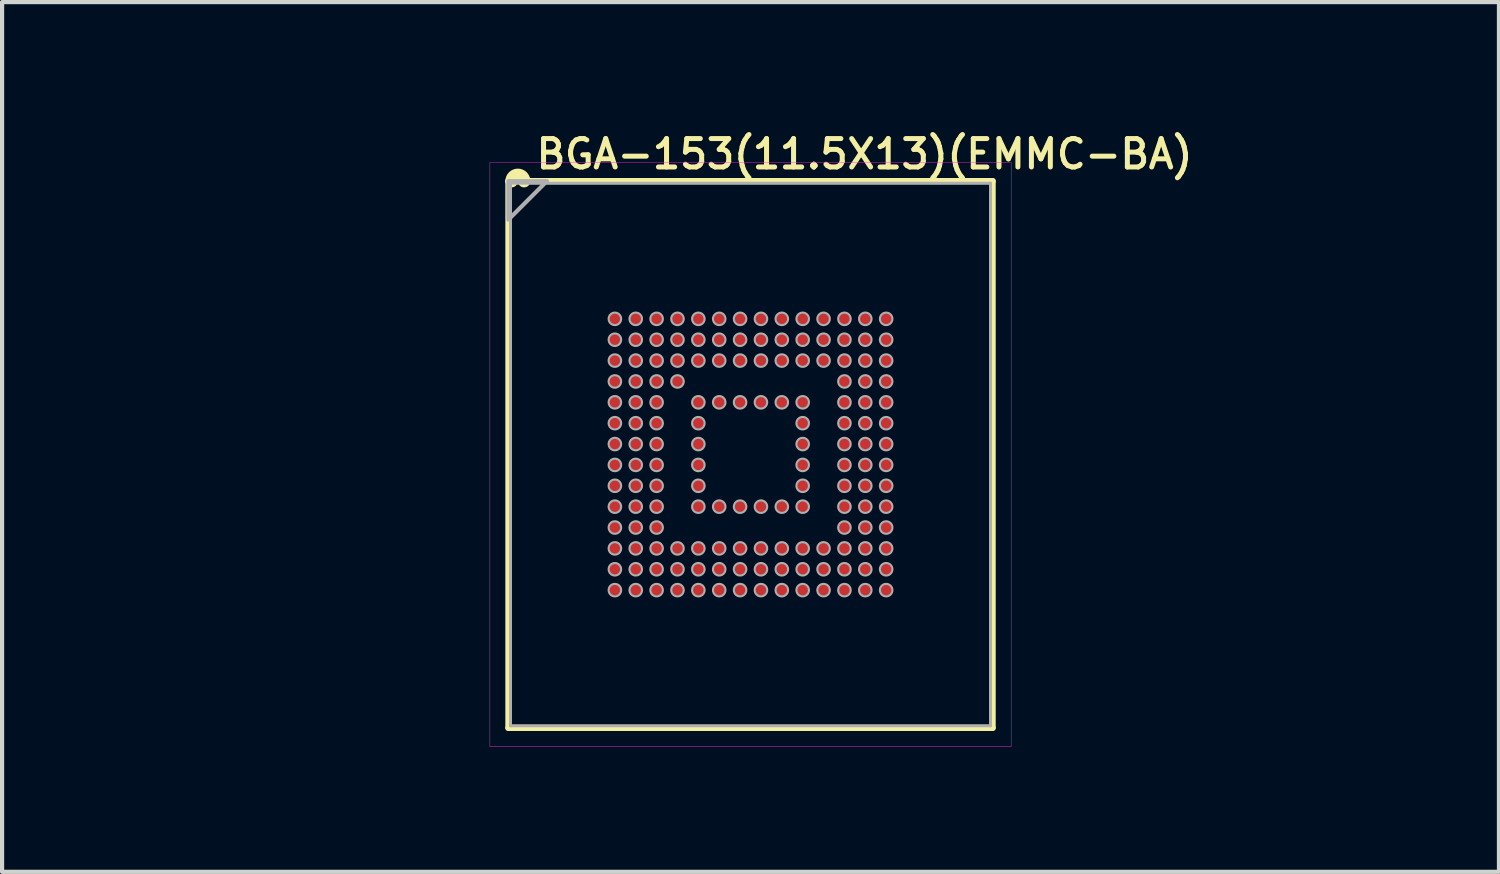
<source format=kicad_pcb>
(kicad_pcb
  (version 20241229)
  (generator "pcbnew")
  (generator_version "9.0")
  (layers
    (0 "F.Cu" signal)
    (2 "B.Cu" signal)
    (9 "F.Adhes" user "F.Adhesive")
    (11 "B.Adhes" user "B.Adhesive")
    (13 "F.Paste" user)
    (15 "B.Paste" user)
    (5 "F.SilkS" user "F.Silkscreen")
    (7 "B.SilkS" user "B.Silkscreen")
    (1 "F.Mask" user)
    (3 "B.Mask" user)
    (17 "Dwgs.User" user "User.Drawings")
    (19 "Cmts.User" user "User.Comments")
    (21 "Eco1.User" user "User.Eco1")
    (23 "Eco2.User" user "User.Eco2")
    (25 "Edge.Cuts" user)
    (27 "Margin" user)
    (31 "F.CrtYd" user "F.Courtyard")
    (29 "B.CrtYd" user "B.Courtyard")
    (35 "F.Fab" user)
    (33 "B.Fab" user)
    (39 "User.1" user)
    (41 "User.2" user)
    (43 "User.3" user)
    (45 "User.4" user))
  (footprint "BGA-153(11.5X13)(EMMC-BA)"
    (layer "F.Cu")
    (at 14.933 7.84)
    (property "Reference" "BGA-153(11.5X13)(EMMC-BA)" (at -5.2 -6.8 0) (unlocked yes) (layer "F.SilkS") (effects (font (size 0.68 0.68) (thickness 0.12)) (justify left bottom)))
    (fp_line (start -5.75 -6.5) (end 5.75 -6.5) (stroke (width 0.07) (type solid)) (layer "F.Mask"))
    (fp_line (start -5.75 6.5) (end -5.75 -6.5) (stroke (width 0.07) (type solid)) (layer "F.Mask"))
    (fp_line (start -5.1 -5.8) (end -4.9 -5.6) (stroke (width 0.1) (type solid)) (layer "F.Mask"))
    (fp_line (start -4.9 -5.6) (end -4.7 -5.8) (stroke (width 0.1) (type solid)) (layer "F.Mask"))
    (fp_line (start -4.7 -5.8) (end -5.1 -5.8) (stroke (width 0.1) (type solid)) (layer "F.Mask"))
    (fp_line (start 5.75 -6.5) (end 5.75 6.5) (stroke (width 0.07) (type solid)) (layer "F.Mask"))
    (fp_line (start 5.75 6.5) (end -5.75 6.5) (stroke (width 0.07) (type solid)) (layer "F.Mask"))
    (fp_circle (center -3.25 -3.25) (end -3.148 -3.25) (stroke (width 0.203) (type solid)) (fill no) (layer "F.Mask"))
    (fp_circle (center -3.25 -2.75) (end -3.148 -2.75) (stroke (width 0.203) (type solid)) (fill no) (layer "F.Mask"))
    (fp_circle (center -3.25 -2.25) (end -3.148 -2.25) (stroke (width 0.203) (type solid)) (fill no) (layer "F.Mask"))
    (fp_circle (center -3.25 -1.75) (end -3.148 -1.75) (stroke (width 0.203) (type solid)) (fill no) (layer "F.Mask"))
    (fp_circle (center -3.25 -1.25) (end -3.148 -1.25) (stroke (width 0.203) (type solid)) (fill no) (layer "F.Mask"))
    (fp_circle (center -3.25 -0.75) (end -3.148 -0.75) (stroke (width 0.203) (type solid)) (fill no) (layer "F.Mask"))
    (fp_circle (center -3.25 -0.25) (end -3.148 -0.25) (stroke (width 0.203) (type solid)) (fill no) (layer "F.Mask"))
    (fp_circle (center -3.25 0.25) (end -3.148 0.25) (stroke (width 0.203) (type solid)) (fill no) (layer "F.Mask"))
    (fp_circle (center -3.25 0.75) (end -3.148 0.75) (stroke (width 0.203) (type solid)) (fill no) (layer "F.Mask"))
    (fp_circle (center -3.25 1.25) (end -3.148 1.25) (stroke (width 0.203) (type solid)) (fill no) (layer "F.Mask"))
    (fp_circle (center -3.25 1.75) (end -3.148 1.75) (stroke (width 0.203) (type solid)) (fill no) (layer "F.Mask"))
    (fp_circle (center -3.25 2.25) (end -3.148 2.25) (stroke (width 0.203) (type solid)) (fill no) (layer "F.Mask"))
    (fp_circle (center -3.25 2.75) (end -3.148 2.75) (stroke (width 0.203) (type solid)) (fill no) (layer "F.Mask"))
    (fp_circle (center -3.25 3.25) (end -3.148 3.25) (stroke (width 0.203) (type solid)) (fill no) (layer "F.Mask"))
    (fp_circle (center -2.75 -3.25) (end -2.648 -3.25) (stroke (width 0.203) (type solid)) (fill no) (layer "F.Mask"))
    (fp_circle (center -2.75 -2.75) (end -2.648 -2.75) (stroke (width 0.203) (type solid)) (fill no) (layer "F.Mask"))
    (fp_circle (center -2.75 -2.25) (end -2.648 -2.25) (stroke (width 0.203) (type solid)) (fill no) (layer "F.Mask"))
    (fp_circle (center -2.75 -1.75) (end -2.648 -1.75) (stroke (width 0.203) (type solid)) (fill no) (layer "F.Mask"))
    (fp_circle (center -2.75 -1.25) (end -2.648 -1.25) (stroke (width 0.203) (type solid)) (fill no) (layer "F.Mask"))
    (fp_circle (center -2.75 -0.75) (end -2.648 -0.75) (stroke (width 0.203) (type solid)) (fill no) (layer "F.Mask"))
    (fp_circle (center -2.75 -0.25) (end -2.648 -0.25) (stroke (width 0.203) (type solid)) (fill no) (layer "F.Mask"))
    (fp_circle (center -2.75 0.25) (end -2.648 0.25) (stroke (width 0.203) (type solid)) (fill no) (layer "F.Mask"))
    (fp_circle (center -2.75 0.75) (end -2.648 0.75) (stroke (width 0.203) (type solid)) (fill no) (layer "F.Mask"))
    (fp_circle (center -2.75 1.25) (end -2.648 1.25) (stroke (width 0.203) (type solid)) (fill no) (layer "F.Mask"))
    (fp_circle (center -2.75 1.75) (end -2.648 1.75) (stroke (width 0.203) (type solid)) (fill no) (layer "F.Mask"))
    (fp_circle (center -2.75 2.25) (end -2.648 2.25) (stroke (width 0.203) (type solid)) (fill no) (layer "F.Mask"))
    (fp_circle (center -2.75 2.75) (end -2.648 2.75) (stroke (width 0.203) (type solid)) (fill no) (layer "F.Mask"))
    (fp_circle (center -2.75 3.25) (end -2.648 3.25) (stroke (width 0.203) (type solid)) (fill no) (layer "F.Mask"))
    (fp_circle (center -2.25 -3.25) (end -2.148 -3.25) (stroke (width 0.203) (type solid)) (fill no) (layer "F.Mask"))
    (fp_circle (center -2.25 -2.75) (end -2.148 -2.75) (stroke (width 0.203) (type solid)) (fill no) (layer "F.Mask"))
    (fp_circle (center -2.25 -2.25) (end -2.148 -2.25) (stroke (width 0.203) (type solid)) (fill no) (layer "F.Mask"))
    (fp_circle (center -2.25 -1.75) (end -2.148 -1.75) (stroke (width 0.203) (type solid)) (fill no) (layer "F.Mask"))
    (fp_circle (center -2.25 -1.25) (end -2.148 -1.25) (stroke (width 0.203) (type solid)) (fill no) (layer "F.Mask"))
    (fp_circle (center -2.25 -0.75) (end -2.148 -0.75) (stroke (width 0.203) (type solid)) (fill no) (layer "F.Mask"))
    (fp_circle (center -2.25 -0.25) (end -2.148 -0.25) (stroke (width 0.203) (type solid)) (fill no) (layer "F.Mask"))
    (fp_circle (center -2.25 0.25) (end -2.148 0.25) (stroke (width 0.203) (type solid)) (fill no) (layer "F.Mask"))
    (fp_circle (center -2.25 0.75) (end -2.148 0.75) (stroke (width 0.203) (type solid)) (fill no) (layer "F.Mask"))
    (fp_circle (center -2.25 1.25) (end -2.148 1.25) (stroke (width 0.203) (type solid)) (fill no) (layer "F.Mask"))
    (fp_circle (center -2.25 1.75) (end -2.148 1.75) (stroke (width 0.203) (type solid)) (fill no) (layer "F.Mask"))
    (fp_circle (center -2.25 2.25) (end -2.148 2.25) (stroke (width 0.203) (type solid)) (fill no) (layer "F.Mask"))
    (fp_circle (center -2.25 2.75) (end -2.148 2.75) (stroke (width 0.203) (type solid)) (fill no) (layer "F.Mask"))
    (fp_circle (center -2.25 3.25) (end -2.148 3.25) (stroke (width 0.203) (type solid)) (fill no) (layer "F.Mask"))
    (fp_circle (center -1.75 -3.25) (end -1.648 -3.25) (stroke (width 0.203) (type solid)) (fill no) (layer "F.Mask"))
    (fp_circle (center -1.75 -2.75) (end -1.648 -2.75) (stroke (width 0.203) (type solid)) (fill no) (layer "F.Mask"))
    (fp_circle (center -1.75 -2.25) (end -1.648 -2.25) (stroke (width 0.203) (type solid)) (fill no) (layer "F.Mask"))
    (fp_circle (center -1.75 -1.75) (end -1.648 -1.75) (stroke (width 0.203) (type solid)) (fill no) (layer "F.Mask"))
    (fp_circle (center -1.75 2.25) (end -1.648 2.25) (stroke (width 0.203) (type solid)) (fill no) (layer "F.Mask"))
    (fp_circle (center -1.75 2.75) (end -1.648 2.75) (stroke (width 0.203) (type solid)) (fill no) (layer "F.Mask"))
    (fp_circle (center -1.75 3.25) (end -1.648 3.25) (stroke (width 0.203) (type solid)) (fill no) (layer "F.Mask"))
    (fp_circle (center -1.25 -3.25) (end -1.148 -3.25) (stroke (width 0.203) (type solid)) (fill no) (layer "F.Mask"))
    (fp_circle (center -1.25 -2.75) (end -1.148 -2.75) (stroke (width 0.203) (type solid)) (fill no) (layer "F.Mask"))
    (fp_circle (center -1.25 -2.25) (end -1.148 -2.25) (stroke (width 0.203) (type solid)) (fill no) (layer "F.Mask"))
    (fp_circle (center -1.25 -1.25) (end -1.148 -1.25) (stroke (width 0.203) (type solid)) (fill no) (layer "F.Mask"))
    (fp_circle (center -1.25 -0.75) (end -1.148 -0.75) (stroke (width 0.203) (type solid)) (fill no) (layer "F.Mask"))
    (fp_circle (center -1.25 -0.25) (end -1.148 -0.25) (stroke (width 0.203) (type solid)) (fill no) (layer "F.Mask"))
    (fp_circle (center -1.25 0.25) (end -1.148 0.25) (stroke (width 0.203) (type solid)) (fill no) (layer "F.Mask"))
    (fp_circle (center -1.25 0.75) (end -1.148 0.75) (stroke (width 0.203) (type solid)) (fill no) (layer "F.Mask"))
    (fp_circle (center -1.25 1.25) (end -1.148 1.25) (stroke (width 0.203) (type solid)) (fill no) (layer "F.Mask"))
    (fp_circle (center -1.25 2.25) (end -1.148 2.25) (stroke (width 0.203) (type solid)) (fill no) (layer "F.Mask"))
    (fp_circle (center -1.25 2.75) (end -1.148 2.75) (stroke (width 0.203) (type solid)) (fill no) (layer "F.Mask"))
    (fp_circle (center -1.25 3.25) (end -1.148 3.25) (stroke (width 0.203) (type solid)) (fill no) (layer "F.Mask"))
    (fp_circle (center -0.75 -3.25) (end -0.648 -3.25) (stroke (width 0.203) (type solid)) (fill no) (layer "F.Mask"))
    (fp_circle (center -0.75 -2.75) (end -0.648 -2.75) (stroke (width 0.203) (type solid)) (fill no) (layer "F.Mask"))
    (fp_circle (center -0.75 -2.25) (end -0.648 -2.25) (stroke (width 0.203) (type solid)) (fill no) (layer "F.Mask"))
    (fp_circle (center -0.75 -1.25) (end -0.648 -1.25) (stroke (width 0.203) (type solid)) (fill no) (layer "F.Mask"))
    (fp_circle (center -0.75 1.25) (end -0.648 1.25) (stroke (width 0.203) (type solid)) (fill no) (layer "F.Mask"))
    (fp_circle (center -0.75 2.25) (end -0.648 2.25) (stroke (width 0.203) (type solid)) (fill no) (layer "F.Mask"))
    (fp_circle (center -0.75 2.75) (end -0.648 2.75) (stroke (width 0.203) (type solid)) (fill no) (layer "F.Mask"))
    (fp_circle (center -0.75 3.25) (end -0.648 3.25) (stroke (width 0.203) (type solid)) (fill no) (layer "F.Mask"))
    (fp_circle (center -0.25 -3.25) (end -0.148 -3.25) (stroke (width 0.203) (type solid)) (fill no) (layer "F.Mask"))
    (fp_circle (center -0.25 -2.75) (end -0.148 -2.75) (stroke (width 0.203) (type solid)) (fill no) (layer "F.Mask"))
    (fp_circle (center -0.25 -2.25) (end -0.148 -2.25) (stroke (width 0.203) (type solid)) (fill no) (layer "F.Mask"))
    (fp_circle (center -0.25 -1.25) (end -0.148 -1.25) (stroke (width 0.203) (type solid)) (fill no) (layer "F.Mask"))
    (fp_circle (center -0.25 1.25) (end -0.148 1.25) (stroke (width 0.203) (type solid)) (fill no) (layer "F.Mask"))
    (fp_circle (center -0.25 2.25) (end -0.148 2.25) (stroke (width 0.203) (type solid)) (fill no) (layer "F.Mask"))
    (fp_circle (center -0.25 2.75) (end -0.148 2.75) (stroke (width 0.203) (type solid)) (fill no) (layer "F.Mask"))
    (fp_circle (center -0.25 3.25) (end -0.148 3.25) (stroke (width 0.203) (type solid)) (fill no) (layer "F.Mask"))
    (fp_circle (center 0.25 -3.25) (end 0.352 -3.25) (stroke (width 0.203) (type solid)) (fill no) (layer "F.Mask"))
    (fp_circle (center 0.25 -2.75) (end 0.352 -2.75) (stroke (width 0.203) (type solid)) (fill no) (layer "F.Mask"))
    (fp_circle (center 0.25 -2.25) (end 0.352 -2.25) (stroke (width 0.203) (type solid)) (fill no) (layer "F.Mask"))
    (fp_circle (center 0.25 -1.25) (end 0.352 -1.25) (stroke (width 0.203) (type solid)) (fill no) (layer "F.Mask"))
    (fp_circle (center 0.25 1.25) (end 0.352 1.25) (stroke (width 0.203) (type solid)) (fill no) (layer "F.Mask"))
    (fp_circle (center 0.25 2.25) (end 0.352 2.25) (stroke (width 0.203) (type solid)) (fill no) (layer "F.Mask"))
    (fp_circle (center 0.25 2.75) (end 0.352 2.75) (stroke (width 0.203) (type solid)) (fill no) (layer "F.Mask"))
    (fp_circle (center 0.25 3.25) (end 0.352 3.25) (stroke (width 0.203) (type solid)) (fill no) (layer "F.Mask"))
    (fp_circle (center 0.75 -3.25) (end 0.852 -3.25) (stroke (width 0.203) (type solid)) (fill no) (layer "F.Mask"))
    (fp_circle (center 0.75 -2.75) (end 0.852 -2.75) (stroke (width 0.203) (type solid)) (fill no) (layer "F.Mask"))
    (fp_circle (center 0.75 -2.25) (end 0.852 -2.25) (stroke (width 0.203) (type solid)) (fill no) (layer "F.Mask"))
    (fp_circle (center 0.75 -1.25) (end 0.852 -1.25) (stroke (width 0.203) (type solid)) (fill no) (layer "F.Mask"))
    (fp_circle (center 0.75 1.25) (end 0.852 1.25) (stroke (width 0.203) (type solid)) (fill no) (layer "F.Mask"))
    (fp_circle (center 0.75 2.25) (end 0.852 2.25) (stroke (width 0.203) (type solid)) (fill no) (layer "F.Mask"))
    (fp_circle (center 0.75 2.75) (end 0.852 2.75) (stroke (width 0.203) (type solid)) (fill no) (layer "F.Mask"))
    (fp_circle (center 0.75 3.25) (end 0.852 3.25) (stroke (width 0.203) (type solid)) (fill no) (layer "F.Mask"))
    (fp_circle (center 1.25 -3.25) (end 1.352 -3.25) (stroke (width 0.203) (type solid)) (fill no) (layer "F.Mask"))
    (fp_circle (center 1.25 -2.75) (end 1.352 -2.75) (stroke (width 0.203) (type solid)) (fill no) (layer "F.Mask"))
    (fp_circle (center 1.25 -2.25) (end 1.352 -2.25) (stroke (width 0.203) (type solid)) (fill no) (layer "F.Mask"))
    (fp_circle (center 1.25 -1.25) (end 1.352 -1.25) (stroke (width 0.203) (type solid)) (fill no) (layer "F.Mask"))
    (fp_circle (center 1.25 -0.75) (end 1.352 -0.75) (stroke (width 0.203) (type solid)) (fill no) (layer "F.Mask"))
    (fp_circle (center 1.25 -0.25) (end 1.352 -0.25) (stroke (width 0.203) (type solid)) (fill no) (layer "F.Mask"))
    (fp_circle (center 1.25 0.25) (end 1.352 0.25) (stroke (width 0.203) (type solid)) (fill no) (layer "F.Mask"))
    (fp_circle (center 1.25 0.75) (end 1.352 0.75) (stroke (width 0.203) (type solid)) (fill no) (layer "F.Mask"))
    (fp_circle (center 1.25 1.25) (end 1.352 1.25) (stroke (width 0.203) (type solid)) (fill no) (layer "F.Mask"))
    (fp_circle (center 1.25 2.25) (end 1.352 2.25) (stroke (width 0.203) (type solid)) (fill no) (layer "F.Mask"))
    (fp_circle (center 1.25 2.75) (end 1.352 2.75) (stroke (width 0.203) (type solid)) (fill no) (layer "F.Mask"))
    (fp_circle (center 1.25 3.25) (end 1.352 3.25) (stroke (width 0.203) (type solid)) (fill no) (layer "F.Mask"))
    (fp_circle (center 1.75 -3.25) (end 1.852 -3.25) (stroke (width 0.203) (type solid)) (fill no) (layer "F.Mask"))
    (fp_circle (center 1.75 -2.75) (end 1.852 -2.75) (stroke (width 0.203) (type solid)) (fill no) (layer "F.Mask"))
    (fp_circle (center 1.75 -2.25) (end 1.852 -2.25) (stroke (width 0.203) (type solid)) (fill no) (layer "F.Mask"))
    (fp_circle (center 1.75 2.25) (end 1.852 2.25) (stroke (width 0.203) (type solid)) (fill no) (layer "F.Mask"))
    (fp_circle (center 1.75 2.75) (end 1.852 2.75) (stroke (width 0.203) (type solid)) (fill no) (layer "F.Mask"))
    (fp_circle (center 1.75 3.25) (end 1.852 3.25) (stroke (width 0.203) (type solid)) (fill no) (layer "F.Mask"))
    (fp_circle (center 2.25 -3.25) (end 2.352 -3.25) (stroke (width 0.203) (type solid)) (fill no) (layer "F.Mask"))
    (fp_circle (center 2.25 -2.75) (end 2.352 -2.75) (stroke (width 0.203) (type solid)) (fill no) (layer "F.Mask"))
    (fp_circle (center 2.25 -2.25) (end 2.352 -2.25) (stroke (width 0.203) (type solid)) (fill no) (layer "F.Mask"))
    (fp_circle (center 2.25 -1.75) (end 2.352 -1.75) (stroke (width 0.203) (type solid)) (fill no) (layer "F.Mask"))
    (fp_circle (center 2.25 -1.25) (end 2.352 -1.25) (stroke (width 0.203) (type solid)) (fill no) (layer "F.Mask"))
    (fp_circle (center 2.25 -0.75) (end 2.352 -0.75) (stroke (width 0.203) (type solid)) (fill no) (layer "F.Mask"))
    (fp_circle (center 2.25 -0.25) (end 2.352 -0.25) (stroke (width 0.203) (type solid)) (fill no) (layer "F.Mask"))
    (fp_circle (center 2.25 0.25) (end 2.352 0.25) (stroke (width 0.203) (type solid)) (fill no) (layer "F.Mask"))
    (fp_circle (center 2.25 0.75) (end 2.352 0.75) (stroke (width 0.203) (type solid)) (fill no) (layer "F.Mask"))
    (fp_circle (center 2.25 1.25) (end 2.352 1.25) (stroke (width 0.203) (type solid)) (fill no) (layer "F.Mask"))
    (fp_circle (center 2.25 1.75) (end 2.352 1.75) (stroke (width 0.203) (type solid)) (fill no) (layer "F.Mask"))
    (fp_circle (center 2.25 2.25) (end 2.352 2.25) (stroke (width 0.203) (type solid)) (fill no) (layer "F.Mask"))
    (fp_circle (center 2.25 2.75) (end 2.352 2.75) (stroke (width 0.203) (type solid)) (fill no) (layer "F.Mask"))
    (fp_circle (center 2.25 3.25) (end 2.352 3.25) (stroke (width 0.203) (type solid)) (fill no) (layer "F.Mask"))
    (fp_circle (center 2.75 -3.25) (end 2.852 -3.25) (stroke (width 0.203) (type solid)) (fill no) (layer "F.Mask"))
    (fp_circle (center 2.75 -2.75) (end 2.852 -2.75) (stroke (width 0.203) (type solid)) (fill no) (layer "F.Mask"))
    (fp_circle (center 2.75 -2.25) (end 2.852 -2.25) (stroke (width 0.203) (type solid)) (fill no) (layer "F.Mask"))
    (fp_circle (center 2.75 -1.75) (end 2.852 -1.75) (stroke (width 0.203) (type solid)) (fill no) (layer "F.Mask"))
    (fp_circle (center 2.75 -1.25) (end 2.852 -1.25) (stroke (width 0.203) (type solid)) (fill no) (layer "F.Mask"))
    (fp_circle (center 2.75 -0.75) (end 2.852 -0.75) (stroke (width 0.203) (type solid)) (fill no) (layer "F.Mask"))
    (fp_circle (center 2.75 -0.25) (end 2.852 -0.25) (stroke (width 0.203) (type solid)) (fill no) (layer "F.Mask"))
    (fp_circle (center 2.75 0.25) (end 2.852 0.25) (stroke (width 0.203) (type solid)) (fill no) (layer "F.Mask"))
    (fp_circle (center 2.75 0.75) (end 2.852 0.75) (stroke (width 0.203) (type solid)) (fill no) (layer "F.Mask"))
    (fp_circle (center 2.75 1.25) (end 2.852 1.25) (stroke (width 0.203) (type solid)) (fill no) (layer "F.Mask"))
    (fp_circle (center 2.75 1.75) (end 2.852 1.75) (stroke (width 0.203) (type solid)) (fill no) (layer "F.Mask"))
    (fp_circle (center 2.75 2.25) (end 2.852 2.25) (stroke (width 0.203) (type solid)) (fill no) (layer "F.Mask"))
    (fp_circle (center 2.75 2.75) (end 2.852 2.75) (stroke (width 0.203) (type solid)) (fill no) (layer "F.Mask"))
    (fp_circle (center 2.75 3.25) (end 2.852 3.25) (stroke (width 0.203) (type solid)) (fill no) (layer "F.Mask"))
    (fp_circle (center 3.25 -3.25) (end 3.352 -3.25) (stroke (width 0.203) (type solid)) (fill no) (layer "F.Mask"))
    (fp_circle (center 3.25 -2.75) (end 3.352 -2.75) (stroke (width 0.203) (type solid)) (fill no) (layer "F.Mask"))
    (fp_circle (center 3.25 -2.25) (end 3.352 -2.25) (stroke (width 0.203) (type solid)) (fill no) (layer "F.Mask"))
    (fp_circle (center 3.25 -1.75) (end 3.352 -1.75) (stroke (width 0.203) (type solid)) (fill no) (layer "F.Mask"))
    (fp_circle (center 3.25 -1.25) (end 3.352 -1.25) (stroke (width 0.203) (type solid)) (fill no) (layer "F.Mask"))
    (fp_circle (center 3.25 -0.75) (end 3.352 -0.75) (stroke (width 0.203) (type solid)) (fill no) (layer "F.Mask"))
    (fp_circle (center 3.25 -0.25) (end 3.352 -0.25) (stroke (width 0.203) (type solid)) (fill no) (layer "F.Mask"))
    (fp_circle (center 3.25 0.25) (end 3.352 0.25) (stroke (width 0.203) (type solid)) (fill no) (layer "F.Mask"))
    (fp_circle (center 3.25 0.75) (end 3.352 0.75) (stroke (width 0.203) (type solid)) (fill no) (layer "F.Mask"))
    (fp_circle (center 3.25 1.25) (end 3.352 1.25) (stroke (width 0.203) (type solid)) (fill no) (layer "F.Mask"))
    (fp_circle (center 3.25 1.75) (end 3.352 1.75) (stroke (width 0.203) (type solid)) (fill no) (layer "F.Mask"))
    (fp_circle (center 3.25 2.25) (end 3.352 2.25) (stroke (width 0.203) (type solid)) (fill no) (layer "F.Mask"))
    (fp_circle (center 3.25 2.75) (end 3.352 2.75) (stroke (width 0.203) (type solid)) (fill no) (layer "F.Mask"))
    (fp_circle (center 3.25 3.25) (end 3.352 3.25) (stroke (width 0.203) (type solid)) (fill no) (layer "F.Mask"))
    (fp_poly (pts (xy -5.8 -5.629) (xy -5.8 -6.55) (xy -4.879 -6.55)) (stroke (width 0) (type default)) (fill yes) (layer "F.Mask"))
    (fp_line (start -5.8 -6.55) (end -5.725 -6.55) (stroke (width 0.15) (type solid)) (layer "F.SilkS"))
    (fp_line (start -5.8 6.55) (end -5.8 -6.55) (stroke (width 0.15) (type solid)) (layer "F.SilkS"))
    (fp_line (start -5.725 -6.55) (end -5.425 -6.55) (stroke (width 0.15) (type solid)) (layer "F.SilkS"))
    (fp_line (start -5.425 -6.55) (end 5.8 -6.55) (stroke (width 0.15) (type solid)) (layer "F.SilkS"))
    (fp_line (start 5.8 -6.55) (end 5.8 6.55) (stroke (width 0.15) (type solid)) (layer "F.SilkS"))
    (fp_line (start 5.8 6.55) (end -5.8 6.55) (stroke (width 0.15) (type solid)) (layer "F.SilkS"))
    (fp_arc (start -5.725 -6.55) (mid -5.575 -6.7) (end -5.425 -6.55) (stroke (width 0.3) (type solid)) (layer "F.SilkS"))
    (fp_line (start -6.245 -6.995) (end -6.245 6.995) (stroke (width 0.01) (type solid)) (layer "F.CrtYd"))
    (fp_line (start -6.245 6.995) (end 6.245 6.995) (stroke (width 0.01) (type solid)) (layer "F.CrtYd"))
    (fp_line (start 6.245 -6.995) (end -6.245 -6.995) (stroke (width 0.01) (type solid)) (layer "F.CrtYd"))
    (fp_line (start 6.245 6.995) (end 6.245 -6.995) (stroke (width 0.01) (type solid)) (layer "F.CrtYd"))
    (fp_line (start -5.75 -6.5) (end 5.75 -6.5) (stroke (width 0.07) (type solid)) (layer "F.Fab"))
    (fp_line (start -5.75 6.5) (end -5.75 -6.5) (stroke (width 0.07) (type solid)) (layer "F.Fab"))
    (fp_line (start 5.75 -6.5) (end 5.75 6.5) (stroke (width 0.07) (type solid)) (layer "F.Fab"))
    (fp_line (start 5.75 6.5) (end -5.75 6.5) (stroke (width 0.07) (type solid)) (layer "F.Fab"))
    (fp_circle (center -3.25 -3.25) (end -3.1 -3.25) (stroke (width 0.05) (type solid)) (fill no) (layer "F.Fab"))
    (fp_circle (center -3.25 -2.75) (end -3.1 -2.75) (stroke (width 0.05) (type solid)) (fill no) (layer "F.Fab"))
    (fp_circle (center -3.25 -2.25) (end -3.1 -2.25) (stroke (width 0.05) (type solid)) (fill no) (layer "F.Fab"))
    (fp_circle (center -3.25 -1.75) (end -3.1 -1.75) (stroke (width 0.05) (type solid)) (fill no) (layer "F.Fab"))
    (fp_circle (center -3.25 -1.25) (end -3.1 -1.25) (stroke (width 0.05) (type solid)) (fill no) (layer "F.Fab"))
    (fp_circle (center -3.25 -0.75) (end -3.1 -0.75) (stroke (width 0.05) (type solid)) (fill no) (layer "F.Fab"))
    (fp_circle (center -3.25 -0.25) (end -3.1 -0.25) (stroke (width 0.05) (type solid)) (fill no) (layer "F.Fab"))
    (fp_circle (center -3.25 0.25) (end -3.1 0.25) (stroke (width 0.05) (type solid)) (fill no) (layer "F.Fab"))
    (fp_circle (center -3.25 0.75) (end -3.1 0.75) (stroke (width 0.05) (type solid)) (fill no) (layer "F.Fab"))
    (fp_circle (center -3.25 1.25) (end -3.1 1.25) (stroke (width 0.05) (type solid)) (fill no) (layer "F.Fab"))
    (fp_circle (center -3.25 1.75) (end -3.1 1.75) (stroke (width 0.05) (type solid)) (fill no) (layer "F.Fab"))
    (fp_circle (center -3.25 2.25) (end -3.1 2.25) (stroke (width 0.05) (type solid)) (fill no) (layer "F.Fab"))
    (fp_circle (center -3.25 2.75) (end -3.1 2.75) (stroke (width 0.05) (type solid)) (fill no) (layer "F.Fab"))
    (fp_circle (center -3.25 3.25) (end -3.1 3.25) (stroke (width 0.05) (type solid)) (fill no) (layer "F.Fab"))
    (fp_circle (center -2.75 -3.25) (end -2.6 -3.25) (stroke (width 0.05) (type solid)) (fill no) (layer "F.Fab"))
    (fp_circle (center -2.75 -2.75) (end -2.6 -2.75) (stroke (width 0.05) (type solid)) (fill no) (layer "F.Fab"))
    (fp_circle (center -2.75 -2.25) (end -2.6 -2.25) (stroke (width 0.05) (type solid)) (fill no) (layer "F.Fab"))
    (fp_circle (center -2.75 -1.75) (end -2.6 -1.75) (stroke (width 0.05) (type solid)) (fill no) (layer "F.Fab"))
    (fp_circle (center -2.75 -1.25) (end -2.6 -1.25) (stroke (width 0.05) (type solid)) (fill no) (layer "F.Fab"))
    (fp_circle (center -2.75 -0.75) (end -2.6 -0.75) (stroke (width 0.05) (type solid)) (fill no) (layer "F.Fab"))
    (fp_circle (center -2.75 -0.25) (end -2.6 -0.25) (stroke (width 0.05) (type solid)) (fill no) (layer "F.Fab"))
    (fp_circle (center -2.75 0.25) (end -2.6 0.25) (stroke (width 0.05) (type solid)) (fill no) (layer "F.Fab"))
    (fp_circle (center -2.75 0.75) (end -2.6 0.75) (stroke (width 0.05) (type solid)) (fill no) (layer "F.Fab"))
    (fp_circle (center -2.75 1.25) (end -2.6 1.25) (stroke (width 0.05) (type solid)) (fill no) (layer "F.Fab"))
    (fp_circle (center -2.75 1.75) (end -2.6 1.75) (stroke (width 0.05) (type solid)) (fill no) (layer "F.Fab"))
    (fp_circle (center -2.75 2.25) (end -2.6 2.25) (stroke (width 0.05) (type solid)) (fill no) (layer "F.Fab"))
    (fp_circle (center -2.75 2.75) (end -2.6 2.75) (stroke (width 0.05) (type solid)) (fill no) (layer "F.Fab"))
    (fp_circle (center -2.75 3.25) (end -2.6 3.25) (stroke (width 0.05) (type solid)) (fill no) (layer "F.Fab"))
    (fp_circle (center -2.25 -3.25) (end -2.1 -3.25) (stroke (width 0.05) (type solid)) (fill no) (layer "F.Fab"))
    (fp_circle (center -2.25 -2.75) (end -2.1 -2.75) (stroke (width 0.05) (type solid)) (fill no) (layer "F.Fab"))
    (fp_circle (center -2.25 -2.25) (end -2.1 -2.25) (stroke (width 0.05) (type solid)) (fill no) (layer "F.Fab"))
    (fp_circle (center -2.25 -1.75) (end -2.1 -1.75) (stroke (width 0.05) (type solid)) (fill no) (layer "F.Fab"))
    (fp_circle (center -2.25 -1.25) (end -2.1 -1.25) (stroke (width 0.05) (type solid)) (fill no) (layer "F.Fab"))
    (fp_circle (center -2.25 -0.75) (end -2.1 -0.75) (stroke (width 0.05) (type solid)) (fill no) (layer "F.Fab"))
    (fp_circle (center -2.25 -0.25) (end -2.1 -0.25) (stroke (width 0.05) (type solid)) (fill no) (layer "F.Fab"))
    (fp_circle (center -2.25 0.25) (end -2.1 0.25) (stroke (width 0.05) (type solid)) (fill no) (layer "F.Fab"))
    (fp_circle (center -2.25 0.75) (end -2.1 0.75) (stroke (width 0.05) (type solid)) (fill no) (layer "F.Fab"))
    (fp_circle (center -2.25 1.25) (end -2.1 1.25) (stroke (width 0.05) (type solid)) (fill no) (layer "F.Fab"))
    (fp_circle (center -2.25 1.75) (end -2.1 1.75) (stroke (width 0.05) (type solid)) (fill no) (layer "F.Fab"))
    (fp_circle (center -2.25 2.25) (end -2.1 2.25) (stroke (width 0.05) (type solid)) (fill no) (layer "F.Fab"))
    (fp_circle (center -2.25 2.75) (end -2.1 2.75) (stroke (width 0.05) (type solid)) (fill no) (layer "F.Fab"))
    (fp_circle (center -2.25 3.25) (end -2.1 3.25) (stroke (width 0.05) (type solid)) (fill no) (layer "F.Fab"))
    (fp_circle (center -1.75 -3.25) (end -1.6 -3.25) (stroke (width 0.05) (type solid)) (fill no) (layer "F.Fab"))
    (fp_circle (center -1.75 -2.75) (end -1.6 -2.75) (stroke (width 0.05) (type solid)) (fill no) (layer "F.Fab"))
    (fp_circle (center -1.75 -2.25) (end -1.6 -2.25) (stroke (width 0.05) (type solid)) (fill no) (layer "F.Fab"))
    (fp_circle (center -1.75 -1.75) (end -1.6 -1.75) (stroke (width 0.05) (type solid)) (fill no) (layer "F.Fab"))
    (fp_circle (center -1.75 2.25) (end -1.6 2.25) (stroke (width 0.05) (type solid)) (fill no) (layer "F.Fab"))
    (fp_circle (center -1.75 2.75) (end -1.6 2.75) (stroke (width 0.05) (type solid)) (fill no) (layer "F.Fab"))
    (fp_circle (center -1.75 3.25) (end -1.6 3.25) (stroke (width 0.05) (type solid)) (fill no) (layer "F.Fab"))
    (fp_circle (center -1.25 -3.25) (end -1.1 -3.25) (stroke (width 0.05) (type solid)) (fill no) (layer "F.Fab"))
    (fp_circle (center -1.25 -2.75) (end -1.1 -2.75) (stroke (width 0.05) (type solid)) (fill no) (layer "F.Fab"))
    (fp_circle (center -1.25 -2.25) (end -1.1 -2.25) (stroke (width 0.05) (type solid)) (fill no) (layer "F.Fab"))
    (fp_circle (center -1.25 -1.25) (end -1.1 -1.25) (stroke (width 0.05) (type solid)) (fill no) (layer "F.Fab"))
    (fp_circle (center -1.25 -0.75) (end -1.1 -0.75) (stroke (width 0.05) (type solid)) (fill no) (layer "F.Fab"))
    (fp_circle (center -1.25 -0.25) (end -1.1 -0.25) (stroke (width 0.05) (type solid)) (fill no) (layer "F.Fab"))
    (fp_circle (center -1.25 0.25) (end -1.1 0.25) (stroke (width 0.05) (type solid)) (fill no) (layer "F.Fab"))
    (fp_circle (center -1.25 0.75) (end -1.1 0.75) (stroke (width 0.05) (type solid)) (fill no) (layer "F.Fab"))
    (fp_circle (center -1.25 1.25) (end -1.1 1.25) (stroke (width 0.05) (type solid)) (fill no) (layer "F.Fab"))
    (fp_circle (center -1.25 2.25) (end -1.1 2.25) (stroke (width 0.05) (type solid)) (fill no) (layer "F.Fab"))
    (fp_circle (center -1.25 2.75) (end -1.1 2.75) (stroke (width 0.05) (type solid)) (fill no) (layer "F.Fab"))
    (fp_circle (center -1.25 3.25) (end -1.1 3.25) (stroke (width 0.05) (type solid)) (fill no) (layer "F.Fab"))
    (fp_circle (center -0.75 -3.25) (end -0.6 -3.25) (stroke (width 0.05) (type solid)) (fill no) (layer "F.Fab"))
    (fp_circle (center -0.75 -2.75) (end -0.6 -2.75) (stroke (width 0.05) (type solid)) (fill no) (layer "F.Fab"))
    (fp_circle (center -0.75 -2.25) (end -0.6 -2.25) (stroke (width 0.05) (type solid)) (fill no) (layer "F.Fab"))
    (fp_circle (center -0.75 -1.25) (end -0.6 -1.25) (stroke (width 0.05) (type solid)) (fill no) (layer "F.Fab"))
    (fp_circle (center -0.75 1.25) (end -0.6 1.25) (stroke (width 0.05) (type solid)) (fill no) (layer "F.Fab"))
    (fp_circle (center -0.75 2.25) (end -0.6 2.25) (stroke (width 0.05) (type solid)) (fill no) (layer "F.Fab"))
    (fp_circle (center -0.75 2.75) (end -0.6 2.75) (stroke (width 0.05) (type solid)) (fill no) (layer "F.Fab"))
    (fp_circle (center -0.75 3.25) (end -0.6 3.25) (stroke (width 0.05) (type solid)) (fill no) (layer "F.Fab"))
    (fp_circle (center -0.25 -3.25) (end -0.1 -3.25) (stroke (width 0.05) (type solid)) (fill no) (layer "F.Fab"))
    (fp_circle (center -0.25 -2.75) (end -0.1 -2.75) (stroke (width 0.05) (type solid)) (fill no) (layer "F.Fab"))
    (fp_circle (center -0.25 -2.25) (end -0.1 -2.25) (stroke (width 0.05) (type solid)) (fill no) (layer "F.Fab"))
    (fp_circle (center -0.25 -1.25) (end -0.1 -1.25) (stroke (width 0.05) (type solid)) (fill no) (layer "F.Fab"))
    (fp_circle (center -0.25 1.25) (end -0.1 1.25) (stroke (width 0.05) (type solid)) (fill no) (layer "F.Fab"))
    (fp_circle (center -0.25 2.25) (end -0.1 2.25) (stroke (width 0.05) (type solid)) (fill no) (layer "F.Fab"))
    (fp_circle (center -0.25 2.75) (end -0.1 2.75) (stroke (width 0.05) (type solid)) (fill no) (layer "F.Fab"))
    (fp_circle (center -0.25 3.25) (end -0.1 3.25) (stroke (width 0.05) (type solid)) (fill no) (layer "F.Fab"))
    (fp_circle (center 0.25 -3.25) (end 0.4 -3.25) (stroke (width 0.05) (type solid)) (fill no) (layer "F.Fab"))
    (fp_circle (center 0.25 -2.75) (end 0.4 -2.75) (stroke (width 0.05) (type solid)) (fill no) (layer "F.Fab"))
    (fp_circle (center 0.25 -2.25) (end 0.4 -2.25) (stroke (width 0.05) (type solid)) (fill no) (layer "F.Fab"))
    (fp_circle (center 0.25 -1.25) (end 0.4 -1.25) (stroke (width 0.05) (type solid)) (fill no) (layer "F.Fab"))
    (fp_circle (center 0.25 1.25) (end 0.4 1.25) (stroke (width 0.05) (type solid)) (fill no) (layer "F.Fab"))
    (fp_circle (center 0.25 2.25) (end 0.4 2.25) (stroke (width 0.05) (type solid)) (fill no) (layer "F.Fab"))
    (fp_circle (center 0.25 2.75) (end 0.4 2.75) (stroke (width 0.05) (type solid)) (fill no) (layer "F.Fab"))
    (fp_circle (center 0.25 3.25) (end 0.4 3.25) (stroke (width 0.05) (type solid)) (fill no) (layer "F.Fab"))
    (fp_circle (center 0.75 -3.25) (end 0.9 -3.25) (stroke (width 0.05) (type solid)) (fill no) (layer "F.Fab"))
    (fp_circle (center 0.75 -2.75) (end 0.9 -2.75) (stroke (width 0.05) (type solid)) (fill no) (layer "F.Fab"))
    (fp_circle (center 0.75 -2.25) (end 0.9 -2.25) (stroke (width 0.05) (type solid)) (fill no) (layer "F.Fab"))
    (fp_circle (center 0.75 -1.25) (end 0.9 -1.25) (stroke (width 0.05) (type solid)) (fill no) (layer "F.Fab"))
    (fp_circle (center 0.75 1.25) (end 0.9 1.25) (stroke (width 0.05) (type solid)) (fill no) (layer "F.Fab"))
    (fp_circle (center 0.75 2.25) (end 0.9 2.25) (stroke (width 0.05) (type solid)) (fill no) (layer "F.Fab"))
    (fp_circle (center 0.75 2.75) (end 0.9 2.75) (stroke (width 0.05) (type solid)) (fill no) (layer "F.Fab"))
    (fp_circle (center 0.75 3.25) (end 0.9 3.25) (stroke (width 0.05) (type solid)) (fill no) (layer "F.Fab"))
    (fp_circle (center 1.25 -3.25) (end 1.4 -3.25) (stroke (width 0.05) (type solid)) (fill no) (layer "F.Fab"))
    (fp_circle (center 1.25 -2.75) (end 1.4 -2.75) (stroke (width 0.05) (type solid)) (fill no) (layer "F.Fab"))
    (fp_circle (center 1.25 -2.25) (end 1.4 -2.25) (stroke (width 0.05) (type solid)) (fill no) (layer "F.Fab"))
    (fp_circle (center 1.25 -1.25) (end 1.4 -1.25) (stroke (width 0.05) (type solid)) (fill no) (layer "F.Fab"))
    (fp_circle (center 1.25 -0.75) (end 1.4 -0.75) (stroke (width 0.05) (type solid)) (fill no) (layer "F.Fab"))
    (fp_circle (center 1.25 -0.25) (end 1.4 -0.25) (stroke (width 0.05) (type solid)) (fill no) (layer "F.Fab"))
    (fp_circle (center 1.25 0.25) (end 1.4 0.25) (stroke (width 0.05) (type solid)) (fill no) (layer "F.Fab"))
    (fp_circle (center 1.25 0.75) (end 1.4 0.75) (stroke (width 0.05) (type solid)) (fill no) (layer "F.Fab"))
    (fp_circle (center 1.25 1.25) (end 1.4 1.25) (stroke (width 0.05) (type solid)) (fill no) (layer "F.Fab"))
    (fp_circle (center 1.25 2.25) (end 1.4 2.25) (stroke (width 0.05) (type solid)) (fill no) (layer "F.Fab"))
    (fp_circle (center 1.25 2.75) (end 1.4 2.75) (stroke (width 0.05) (type solid)) (fill no) (layer "F.Fab"))
    (fp_circle (center 1.25 3.25) (end 1.4 3.25) (stroke (width 0.05) (type solid)) (fill no) (layer "F.Fab"))
    (fp_circle (center 1.75 -3.25) (end 1.9 -3.25) (stroke (width 0.05) (type solid)) (fill no) (layer "F.Fab"))
    (fp_circle (center 1.75 -2.75) (end 1.9 -2.75) (stroke (width 0.05) (type solid)) (fill no) (layer "F.Fab"))
    (fp_circle (center 1.75 -2.25) (end 1.9 -2.25) (stroke (width 0.05) (type solid)) (fill no) (layer "F.Fab"))
    (fp_circle (center 1.75 2.25) (end 1.9 2.25) (stroke (width 0.05) (type solid)) (fill no) (layer "F.Fab"))
    (fp_circle (center 1.75 2.75) (end 1.9 2.75) (stroke (width 0.05) (type solid)) (fill no) (layer "F.Fab"))
    (fp_circle (center 1.75 3.25) (end 1.9 3.25) (stroke (width 0.05) (type solid)) (fill no) (layer "F.Fab"))
    (fp_circle (center 2.25 -3.25) (end 2.4 -3.25) (stroke (width 0.05) (type solid)) (fill no) (layer "F.Fab"))
    (fp_circle (center 2.25 -2.75) (end 2.4 -2.75) (stroke (width 0.05) (type solid)) (fill no) (layer "F.Fab"))
    (fp_circle (center 2.25 -2.25) (end 2.4 -2.25) (stroke (width 0.05) (type solid)) (fill no) (layer "F.Fab"))
    (fp_circle (center 2.25 -1.75) (end 2.4 -1.75) (stroke (width 0.05) (type solid)) (fill no) (layer "F.Fab"))
    (fp_circle (center 2.25 -1.25) (end 2.4 -1.25) (stroke (width 0.05) (type solid)) (fill no) (layer "F.Fab"))
    (fp_circle (center 2.25 -0.75) (end 2.4 -0.75) (stroke (width 0.05) (type solid)) (fill no) (layer "F.Fab"))
    (fp_circle (center 2.25 -0.25) (end 2.4 -0.25) (stroke (width 0.05) (type solid)) (fill no) (layer "F.Fab"))
    (fp_circle (center 2.25 0.25) (end 2.4 0.25) (stroke (width 0.05) (type solid)) (fill no) (layer "F.Fab"))
    (fp_circle (center 2.25 0.75) (end 2.4 0.75) (stroke (width 0.05) (type solid)) (fill no) (layer "F.Fab"))
    (fp_circle (center 2.25 1.25) (end 2.4 1.25) (stroke (width 0.05) (type solid)) (fill no) (layer "F.Fab"))
    (fp_circle (center 2.25 1.75) (end 2.4 1.75) (stroke (width 0.05) (type solid)) (fill no) (layer "F.Fab"))
    (fp_circle (center 2.25 2.25) (end 2.4 2.25) (stroke (width 0.05) (type solid)) (fill no) (layer "F.Fab"))
    (fp_circle (center 2.25 2.75) (end 2.4 2.75) (stroke (width 0.05) (type solid)) (fill no) (layer "F.Fab"))
    (fp_circle (center 2.25 3.25) (end 2.4 3.25) (stroke (width 0.05) (type solid)) (fill no) (layer "F.Fab"))
    (fp_circle (center 2.75 -3.25) (end 2.9 -3.25) (stroke (width 0.05) (type solid)) (fill no) (layer "F.Fab"))
    (fp_circle (center 2.75 -2.75) (end 2.9 -2.75) (stroke (width 0.05) (type solid)) (fill no) (layer "F.Fab"))
    (fp_circle (center 2.75 -2.25) (end 2.9 -2.25) (stroke (width 0.05) (type solid)) (fill no) (layer "F.Fab"))
    (fp_circle (center 2.75 -1.75) (end 2.9 -1.75) (stroke (width 0.05) (type solid)) (fill no) (layer "F.Fab"))
    (fp_circle (center 2.75 -1.25) (end 2.9 -1.25) (stroke (width 0.05) (type solid)) (fill no) (layer "F.Fab"))
    (fp_circle (center 2.75 -0.75) (end 2.9 -0.75) (stroke (width 0.05) (type solid)) (fill no) (layer "F.Fab"))
    (fp_circle (center 2.75 -0.25) (end 2.9 -0.25) (stroke (width 0.05) (type solid)) (fill no) (layer "F.Fab"))
    (fp_circle (center 2.75 0.25) (end 2.9 0.25) (stroke (width 0.05) (type solid)) (fill no) (layer "F.Fab"))
    (fp_circle (center 2.75 0.75) (end 2.9 0.75) (stroke (width 0.05) (type solid)) (fill no) (layer "F.Fab"))
    (fp_circle (center 2.75 1.25) (end 2.9 1.25) (stroke (width 0.05) (type solid)) (fill no) (layer "F.Fab"))
    (fp_circle (center 2.75 1.75) (end 2.9 1.75) (stroke (width 0.05) (type solid)) (fill no) (layer "F.Fab"))
    (fp_circle (center 2.75 2.25) (end 2.9 2.25) (stroke (width 0.05) (type solid)) (fill no) (layer "F.Fab"))
    (fp_circle (center 2.75 2.75) (end 2.9 2.75) (stroke (width 0.05) (type solid)) (fill no) (layer "F.Fab"))
    (fp_circle (center 2.75 3.25) (end 2.9 3.25) (stroke (width 0.05) (type solid)) (fill no) (layer "F.Fab"))
    (fp_circle (center 3.25 -3.25) (end 3.4 -3.25) (stroke (width 0.05) (type solid)) (fill no) (layer "F.Fab"))
    (fp_circle (center 3.25 -2.75) (end 3.4 -2.75) (stroke (width 0.05) (type solid)) (fill no) (layer "F.Fab"))
    (fp_circle (center 3.25 -2.25) (end 3.4 -2.25) (stroke (width 0.05) (type solid)) (fill no) (layer "F.Fab"))
    (fp_circle (center 3.25 -1.75) (end 3.4 -1.75) (stroke (width 0.05) (type solid)) (fill no) (layer "F.Fab"))
    (fp_circle (center 3.25 -1.25) (end 3.4 -1.25) (stroke (width 0.05) (type solid)) (fill no) (layer "F.Fab"))
    (fp_circle (center 3.25 -0.75) (end 3.4 -0.75) (stroke (width 0.05) (type solid)) (fill no) (layer "F.Fab"))
    (fp_circle (center 3.25 -0.25) (end 3.4 -0.25) (stroke (width 0.05) (type solid)) (fill no) (layer "F.Fab"))
    (fp_circle (center 3.25 0.25) (end 3.4 0.25) (stroke (width 0.05) (type solid)) (fill no) (layer "F.Fab"))
    (fp_circle (center 3.25 0.75) (end 3.4 0.75) (stroke (width 0.05) (type solid)) (fill no) (layer "F.Fab"))
    (fp_circle (center 3.25 1.25) (end 3.4 1.25) (stroke (width 0.05) (type solid)) (fill no) (layer "F.Fab"))
    (fp_circle (center 3.25 1.75) (end 3.4 1.75) (stroke (width 0.05) (type solid)) (fill no) (layer "F.Fab"))
    (fp_circle (center 3.25 2.25) (end 3.4 2.25) (stroke (width 0.05) (type solid)) (fill no) (layer "F.Fab"))
    (fp_circle (center 3.25 2.75) (end 3.4 2.75) (stroke (width 0.05) (type solid)) (fill no) (layer "F.Fab"))
    (fp_circle (center 3.25 3.25) (end 3.4 3.25) (stroke (width 0.05) (type solid)) (fill no) (layer "F.Fab"))
    (fp_poly (pts (xy -5.8 -5.629) (xy -5.8 -6.55) (xy -4.879 -6.55)) (stroke (width 0.1) (type default)) (fill no) (layer "F.Fab"))
    (fp_text user "${REFERENCE}" (at 0 0 0) (unlocked yes) (layer "F.Mask") (effects (font (size 1.275 1.275) (thickness 0.225))))
    (pad "A1" smd roundrect (at -3.25 -3.25) (size 0.28 0.28) (layers "F.Cu" "F.Paste") (roundrect_rratio 0.5))
    (pad "A2" smd roundrect (at -2.75 -3.25) (size 0.28 0.28) (layers "F.Cu" "F.Paste") (roundrect_rratio 0.5))
    (pad "A3" smd roundrect (at -2.25 -3.25) (size 0.28 0.28) (layers "F.Cu" "F.Paste") (roundrect_rratio 0.5))
    (pad "A4" smd roundrect (at -1.75 -3.25) (size 0.28 0.28) (layers "F.Cu" "F.Paste") (roundrect_rratio 0.5))
    (pad "A5" smd roundrect (at -1.25 -3.25) (size 0.28 0.28) (layers "F.Cu" "F.Paste") (roundrect_rratio 0.5))
    (pad "A6" smd roundrect (at -0.75 -3.25) (size 0.28 0.28) (layers "F.Cu" "F.Paste") (roundrect_rratio 0.5))
    (pad "A7" smd roundrect (at -0.25 -3.25) (size 0.28 0.28) (layers "F.Cu" "F.Paste") (roundrect_rratio 0.5))
    (pad "A8" smd roundrect (at 0.25 -3.25) (size 0.28 0.28) (layers "F.Cu" "F.Paste") (roundrect_rratio 0.5))
    (pad "A9" smd roundrect (at 0.75 -3.25) (size 0.28 0.28) (layers "F.Cu" "F.Paste") (roundrect_rratio 0.5))
    (pad "A10" smd roundrect (at 1.25 -3.25) (size 0.28 0.28) (layers "F.Cu" "F.Paste") (roundrect_rratio 0.5))
    (pad "A11" smd roundrect (at 1.75 -3.25) (size 0.28 0.28) (layers "F.Cu" "F.Paste") (roundrect_rratio 0.5))
    (pad "A12" smd roundrect (at 2.25 -3.25) (size 0.28 0.28) (layers "F.Cu" "F.Paste") (roundrect_rratio 0.5))
    (pad "A13" smd roundrect (at 2.75 -3.25) (size 0.28 0.28) (layers "F.Cu" "F.Paste") (roundrect_rratio 0.5))
    (pad "A14" smd roundrect (at 3.25 -3.25) (size 0.28 0.28) (layers "F.Cu" "F.Paste") (roundrect_rratio 0.5))
    (pad "B1" smd roundrect (at -3.25 -2.75) (size 0.28 0.28) (layers "F.Cu" "F.Paste") (roundrect_rratio 0.5))
    (pad "B2" smd roundrect (at -2.75 -2.75) (size 0.28 0.28) (layers "F.Cu" "F.Paste") (roundrect_rratio 0.5))
    (pad "B3" smd roundrect (at -2.25 -2.75) (size 0.28 0.28) (layers "F.Cu" "F.Paste") (roundrect_rratio 0.5))
    (pad "B4" smd roundrect (at -1.75 -2.75) (size 0.28 0.28) (layers "F.Cu" "F.Paste") (roundrect_rratio 0.5))
    (pad "B5" smd roundrect (at -1.25 -2.75) (size 0.28 0.28) (layers "F.Cu" "F.Paste") (roundrect_rratio 0.5))
    (pad "B6" smd roundrect (at -0.75 -2.75) (size 0.28 0.28) (layers "F.Cu" "F.Paste") (roundrect_rratio 0.5))
    (pad "B7" smd roundrect (at -0.25 -2.75) (size 0.28 0.28) (layers "F.Cu" "F.Paste") (roundrect_rratio 0.5))
    (pad "B8" smd roundrect (at 0.25 -2.75) (size 0.28 0.28) (layers "F.Cu" "F.Paste") (roundrect_rratio 0.5))
    (pad "B9" smd roundrect (at 0.75 -2.75) (size 0.28 0.28) (layers "F.Cu" "F.Paste") (roundrect_rratio 0.5))
    (pad "B10" smd roundrect (at 1.25 -2.75) (size 0.28 0.28) (layers "F.Cu" "F.Paste") (roundrect_rratio 0.5))
    (pad "B11" smd roundrect (at 1.75 -2.75) (size 0.28 0.28) (layers "F.Cu" "F.Paste") (roundrect_rratio 0.5))
    (pad "B12" smd roundrect (at 2.25 -2.75) (size 0.28 0.28) (layers "F.Cu" "F.Paste") (roundrect_rratio 0.5))
    (pad "B13" smd roundrect (at 2.75 -2.75) (size 0.28 0.28) (layers "F.Cu" "F.Paste") (roundrect_rratio 0.5))
    (pad "B14" smd roundrect (at 3.25 -2.75) (size 0.28 0.28) (layers "F.Cu" "F.Paste") (roundrect_rratio 0.5))
    (pad "C1" smd roundrect (at -3.25 -2.25) (size 0.28 0.28) (layers "F.Cu" "F.Paste") (roundrect_rratio 0.5))
    (pad "C2" smd roundrect (at -2.75 -2.25) (size 0.28 0.28) (layers "F.Cu" "F.Paste") (roundrect_rratio 0.5))
    (pad "C3" smd roundrect (at -2.25 -2.25) (size 0.28 0.28) (layers "F.Cu" "F.Paste") (roundrect_rratio 0.5))
    (pad "C4" smd roundrect (at -1.75 -2.25) (size 0.28 0.28) (layers "F.Cu" "F.Paste") (roundrect_rratio 0.5))
    (pad "C5" smd roundrect (at -1.25 -2.25) (size 0.28 0.28) (layers "F.Cu" "F.Paste") (roundrect_rratio 0.5))
    (pad "C6" smd roundrect (at -0.75 -2.25) (size 0.28 0.28) (layers "F.Cu" "F.Paste") (roundrect_rratio 0.5))
    (pad "C7" smd roundrect (at -0.25 -2.25) (size 0.28 0.28) (layers "F.Cu" "F.Paste") (roundrect_rratio 0.5))
    (pad "C8" smd roundrect (at 0.25 -2.25) (size 0.28 0.28) (layers "F.Cu" "F.Paste") (roundrect_rratio 0.5))
    (pad "C9" smd roundrect (at 0.75 -2.25) (size 0.28 0.28) (layers "F.Cu" "F.Paste") (roundrect_rratio 0.5))
    (pad "C10" smd roundrect (at 1.25 -2.25) (size 0.28 0.28) (layers "F.Cu" "F.Paste") (roundrect_rratio 0.5))
    (pad "C11" smd roundrect (at 1.75 -2.25) (size 0.28 0.28) (layers "F.Cu" "F.Paste") (roundrect_rratio 0.5))
    (pad "C12" smd roundrect (at 2.25 -2.25) (size 0.28 0.28) (layers "F.Cu" "F.Paste") (roundrect_rratio 0.5))
    (pad "C13" smd roundrect (at 2.75 -2.25) (size 0.28 0.28) (layers "F.Cu" "F.Paste") (roundrect_rratio 0.5))
    (pad "C14" smd roundrect (at 3.25 -2.25) (size 0.28 0.28) (layers "F.Cu" "F.Paste") (roundrect_rratio 0.5))
    (pad "D1" smd roundrect (at -3.25 -1.75) (size 0.28 0.28) (layers "F.Cu" "F.Paste") (roundrect_rratio 0.5))
    (pad "D2" smd roundrect (at -2.75 -1.75) (size 0.28 0.28) (layers "F.Cu" "F.Paste") (roundrect_rratio 0.5))
    (pad "D3" smd roundrect (at -2.25 -1.75) (size 0.28 0.28) (layers "F.Cu" "F.Paste") (roundrect_rratio 0.5))
    (pad "D4" smd roundrect (at -1.75 -1.75) (size 0.28 0.28) (layers "F.Cu" "F.Paste") (roundrect_rratio 0.5))
    (pad "D12" smd roundrect (at 2.25 -1.75) (size 0.28 0.28) (layers "F.Cu" "F.Paste") (roundrect_rratio 0.5))
    (pad "D13" smd roundrect (at 2.75 -1.75) (size 0.28 0.28) (layers "F.Cu" "F.Paste") (roundrect_rratio 0.5))
    (pad "D14" smd roundrect (at 3.25 -1.75) (size 0.28 0.28) (layers "F.Cu" "F.Paste") (roundrect_rratio 0.5))
    (pad "E1" smd roundrect (at -3.25 -1.25) (size 0.28 0.28) (layers "F.Cu" "F.Paste") (roundrect_rratio 0.5))
    (pad "E2" smd roundrect (at -2.75 -1.25) (size 0.28 0.28) (layers "F.Cu" "F.Paste") (roundrect_rratio 0.5))
    (pad "E3" smd roundrect (at -2.25 -1.25) (size 0.28 0.28) (layers "F.Cu" "F.Paste") (roundrect_rratio 0.5))
    (pad "E5" smd roundrect (at -1.25 -1.25) (size 0.28 0.28) (layers "F.Cu" "F.Paste") (roundrect_rratio 0.5))
    (pad "E6" smd roundrect (at -0.75 -1.25) (size 0.28 0.28) (layers "F.Cu" "F.Paste") (roundrect_rratio 0.5))
    (pad "E7" smd roundrect (at -0.25 -1.25) (size 0.28 0.28) (layers "F.Cu" "F.Paste") (roundrect_rratio 0.5))
    (pad "E8" smd roundrect (at 0.25 -1.25) (size 0.28 0.28) (layers "F.Cu" "F.Paste") (roundrect_rratio 0.5))
    (pad "E9" smd roundrect (at 0.75 -1.25) (size 0.28 0.28) (layers "F.Cu" "F.Paste") (roundrect_rratio 0.5))
    (pad "E10" smd roundrect (at 1.25 -1.25) (size 0.28 0.28) (layers "F.Cu" "F.Paste") (roundrect_rratio 0.5))
    (pad "E12" smd roundrect (at 2.25 -1.25) (size 0.28 0.28) (layers "F.Cu" "F.Paste") (roundrect_rratio 0.5))
    (pad "E13" smd roundrect (at 2.75 -1.25) (size 0.28 0.28) (layers "F.Cu" "F.Paste") (roundrect_rratio 0.5))
    (pad "E14" smd roundrect (at 3.25 -1.25) (size 0.28 0.28) (layers "F.Cu" "F.Paste") (roundrect_rratio 0.5))
    (pad "F1" smd roundrect (at -3.25 -0.75) (size 0.28 0.28) (layers "F.Cu" "F.Paste") (roundrect_rratio 0.5))
    (pad "F2" smd roundrect (at -2.75 -0.75) (size 0.28 0.28) (layers "F.Cu" "F.Paste") (roundrect_rratio 0.5))
    (pad "F3" smd roundrect (at -2.25 -0.75) (size 0.28 0.28) (layers "F.Cu" "F.Paste") (roundrect_rratio 0.5))
    (pad "F5" smd roundrect (at -1.25 -0.75) (size 0.28 0.28) (layers "F.Cu" "F.Paste") (roundrect_rratio 0.5))
    (pad "F10" smd roundrect (at 1.25 -0.75) (size 0.28 0.28) (layers "F.Cu" "F.Paste") (roundrect_rratio 0.5))
    (pad "F12" smd roundrect (at 2.25 -0.75) (size 0.28 0.28) (layers "F.Cu" "F.Paste") (roundrect_rratio 0.5))
    (pad "F13" smd roundrect (at 2.75 -0.75) (size 0.28 0.28) (layers "F.Cu" "F.Paste") (roundrect_rratio 0.5))
    (pad "F14" smd roundrect (at 3.25 -0.75) (size 0.28 0.28) (layers "F.Cu" "F.Paste") (roundrect_rratio 0.5))
    (pad "G1" smd roundrect (at -3.25 -0.25) (size 0.28 0.28) (layers "F.Cu" "F.Paste") (roundrect_rratio 0.5))
    (pad "G2" smd roundrect (at -2.75 -0.25) (size 0.28 0.28) (layers "F.Cu" "F.Paste") (roundrect_rratio 0.5))
    (pad "G3" smd roundrect (at -2.25 -0.25) (size 0.28 0.28) (layers "F.Cu" "F.Paste") (roundrect_rratio 0.5))
    (pad "G5" smd roundrect (at -1.25 -0.25) (size 0.28 0.28) (layers "F.Cu" "F.Paste") (roundrect_rratio 0.5))
    (pad "G10" smd roundrect (at 1.25 -0.25) (size 0.28 0.28) (layers "F.Cu" "F.Paste") (roundrect_rratio 0.5))
    (pad "G12" smd roundrect (at 2.25 -0.25) (size 0.28 0.28) (layers "F.Cu" "F.Paste") (roundrect_rratio 0.5))
    (pad "G13" smd roundrect (at 2.75 -0.25) (size 0.28 0.28) (layers "F.Cu" "F.Paste") (roundrect_rratio 0.5))
    (pad "G14" smd roundrect (at 3.25 -0.25) (size 0.28 0.28) (layers "F.Cu" "F.Paste") (roundrect_rratio 0.5))
    (pad "H1" smd roundrect (at -3.25 0.25) (size 0.28 0.28) (layers "F.Cu" "F.Paste") (roundrect_rratio 0.5))
    (pad "H2" smd roundrect (at -2.75 0.25) (size 0.28 0.28) (layers "F.Cu" "F.Paste") (roundrect_rratio 0.5))
    (pad "H3" smd roundrect (at -2.25 0.25) (size 0.28 0.28) (layers "F.Cu" "F.Paste") (roundrect_rratio 0.5))
    (pad "H5" smd roundrect (at -1.25 0.25) (size 0.28 0.28) (layers "F.Cu" "F.Paste") (roundrect_rratio 0.5))
    (pad "H10" smd roundrect (at 1.25 0.25) (size 0.28 0.28) (layers "F.Cu" "F.Paste") (roundrect_rratio 0.5))
    (pad "H12" smd roundrect (at 2.25 0.25) (size 0.28 0.28) (layers "F.Cu" "F.Paste") (roundrect_rratio 0.5))
    (pad "H13" smd roundrect (at 2.75 0.25) (size 0.28 0.28) (layers "F.Cu" "F.Paste") (roundrect_rratio 0.5))
    (pad "H14" smd roundrect (at 3.25 0.25) (size 0.28 0.28) (layers "F.Cu" "F.Paste") (roundrect_rratio 0.5))
    (pad "J1" smd roundrect (at -3.25 0.75) (size 0.28 0.28) (layers "F.Cu" "F.Paste") (roundrect_rratio 0.5))
    (pad "J2" smd roundrect (at -2.75 0.75) (size 0.28 0.28) (layers "F.Cu" "F.Paste") (roundrect_rratio 0.5))
    (pad "J3" smd roundrect (at -2.25 0.75) (size 0.28 0.28) (layers "F.Cu" "F.Paste") (roundrect_rratio 0.5))
    (pad "J5" smd roundrect (at -1.25 0.75) (size 0.28 0.28) (layers "F.Cu" "F.Paste") (roundrect_rratio 0.5))
    (pad "J10" smd roundrect (at 1.25 0.75) (size 0.28 0.28) (layers "F.Cu" "F.Paste") (roundrect_rratio 0.5))
    (pad "J12" smd roundrect (at 2.25 0.75) (size 0.28 0.28) (layers "F.Cu" "F.Paste") (roundrect_rratio 0.5))
    (pad "J13" smd roundrect (at 2.75 0.75) (size 0.28 0.28) (layers "F.Cu" "F.Paste") (roundrect_rratio 0.5))
    (pad "J14" smd roundrect (at 3.25 0.75) (size 0.28 0.28) (layers "F.Cu" "F.Paste") (roundrect_rratio 0.5))
    (pad "K1" smd roundrect (at -3.25 1.25) (size 0.28 0.28) (layers "F.Cu" "F.Paste") (roundrect_rratio 0.5))
    (pad "K2" smd roundrect (at -2.75 1.25) (size 0.28 0.28) (layers "F.Cu" "F.Paste") (roundrect_rratio 0.5))
    (pad "K3" smd roundrect (at -2.25 1.25) (size 0.28 0.28) (layers "F.Cu" "F.Paste") (roundrect_rratio 0.5))
    (pad "K5" smd roundrect (at -1.25 1.25) (size 0.28 0.28) (layers "F.Cu" "F.Paste") (roundrect_rratio 0.5))
    (pad "K6" smd roundrect (at -0.75 1.25) (size 0.28 0.28) (layers "F.Cu" "F.Paste") (roundrect_rratio 0.5))
    (pad "K7" smd roundrect (at -0.25 1.25) (size 0.28 0.28) (layers "F.Cu" "F.Paste") (roundrect_rratio 0.5))
    (pad "K8" smd roundrect (at 0.25 1.25) (size 0.28 0.28) (layers "F.Cu" "F.Paste") (roundrect_rratio 0.5))
    (pad "K9" smd roundrect (at 0.75 1.25) (size 0.28 0.28) (layers "F.Cu" "F.Paste") (roundrect_rratio 0.5))
    (pad "K10" smd roundrect (at 1.25 1.25) (size 0.28 0.28) (layers "F.Cu" "F.Paste") (roundrect_rratio 0.5))
    (pad "K12" smd roundrect (at 2.25 1.25) (size 0.28 0.28) (layers "F.Cu" "F.Paste") (roundrect_rratio 0.5))
    (pad "K13" smd roundrect (at 2.75 1.25) (size 0.28 0.28) (layers "F.Cu" "F.Paste") (roundrect_rratio 0.5))
    (pad "K14" smd roundrect (at 3.25 1.25) (size 0.28 0.28) (layers "F.Cu" "F.Paste") (roundrect_rratio 0.5))
    (pad "L1" smd roundrect (at -3.25 1.75) (size 0.28 0.28) (layers "F.Cu" "F.Paste") (roundrect_rratio 0.5))
    (pad "L2" smd roundrect (at -2.75 1.75) (size 0.28 0.28) (layers "F.Cu" "F.Paste") (roundrect_rratio 0.5))
    (pad "L3" smd roundrect (at -2.25 1.75) (size 0.28 0.28) (layers "F.Cu" "F.Paste") (roundrect_rratio 0.5))
    (pad "L12" smd roundrect (at 2.25 1.75) (size 0.28 0.28) (layers "F.Cu" "F.Paste") (roundrect_rratio 0.5))
    (pad "L13" smd roundrect (at 2.75 1.75) (size 0.28 0.28) (layers "F.Cu" "F.Paste") (roundrect_rratio 0.5))
    (pad "L14" smd roundrect (at 3.25 1.75) (size 0.28 0.28) (layers "F.Cu" "F.Paste") (roundrect_rratio 0.5))
    (pad "M1" smd roundrect (at -3.25 2.25) (size 0.28 0.28) (layers "F.Cu" "F.Paste") (roundrect_rratio 0.5))
    (pad "M2" smd roundrect (at -2.75 2.25) (size 0.28 0.28) (layers "F.Cu" "F.Paste") (roundrect_rratio 0.5))
    (pad "M3" smd roundrect (at -2.25 2.25) (size 0.28 0.28) (layers "F.Cu" "F.Paste") (roundrect_rratio 0.5))
    (pad "M4" smd roundrect (at -1.75 2.25) (size 0.28 0.28) (layers "F.Cu" "F.Paste") (roundrect_rratio 0.5))
    (pad "M5" smd roundrect (at -1.25 2.25) (size 0.28 0.28) (layers "F.Cu" "F.Paste") (roundrect_rratio 0.5))
    (pad "M6" smd roundrect (at -0.75 2.25) (size 0.28 0.28) (layers "F.Cu" "F.Paste") (roundrect_rratio 0.5))
    (pad "M7" smd roundrect (at -0.25 2.25) (size 0.28 0.28) (layers "F.Cu" "F.Paste") (roundrect_rratio 0.5))
    (pad "M8" smd roundrect (at 0.25 2.25) (size 0.28 0.28) (layers "F.Cu" "F.Paste") (roundrect_rratio 0.5))
    (pad "M9" smd roundrect (at 0.75 2.25) (size 0.28 0.28) (layers "F.Cu" "F.Paste") (roundrect_rratio 0.5))
    (pad "M10" smd roundrect (at 1.25 2.25) (size 0.28 0.28) (layers "F.Cu" "F.Paste") (roundrect_rratio 0.5))
    (pad "M11" smd roundrect (at 1.75 2.25) (size 0.28 0.28) (layers "F.Cu" "F.Paste") (roundrect_rratio 0.5))
    (pad "M12" smd roundrect (at 2.25 2.25) (size 0.28 0.28) (layers "F.Cu" "F.Paste") (roundrect_rratio 0.5))
    (pad "M13" smd roundrect (at 2.75 2.25) (size 0.28 0.28) (layers "F.Cu" "F.Paste") (roundrect_rratio 0.5))
    (pad "M14" smd roundrect (at 3.25 2.25) (size 0.28 0.28) (layers "F.Cu" "F.Paste") (roundrect_rratio 0.5))
    (pad "N1" smd roundrect (at -3.25 2.75) (size 0.28 0.28) (layers "F.Cu" "F.Paste") (roundrect_rratio 0.5))
    (pad "N2" smd roundrect (at -2.75 2.75) (size 0.28 0.28) (layers "F.Cu" "F.Paste") (roundrect_rratio 0.5))
    (pad "N3" smd roundrect (at -2.25 2.75) (size 0.28 0.28) (layers "F.Cu" "F.Paste") (roundrect_rratio 0.5))
    (pad "N4" smd roundrect (at -1.75 2.75) (size 0.28 0.28) (layers "F.Cu" "F.Paste") (roundrect_rratio 0.5))
    (pad "N5" smd roundrect (at -1.25 2.75) (size 0.28 0.28) (layers "F.Cu" "F.Paste") (roundrect_rratio 0.5))
    (pad "N6" smd roundrect (at -0.75 2.75) (size 0.28 0.28) (layers "F.Cu" "F.Paste") (roundrect_rratio 0.5))
    (pad "N7" smd roundrect (at -0.25 2.75) (size 0.28 0.28) (layers "F.Cu" "F.Paste") (roundrect_rratio 0.5))
    (pad "N8" smd roundrect (at 0.25 2.75) (size 0.28 0.28) (layers "F.Cu" "F.Paste") (roundrect_rratio 0.5))
    (pad "N9" smd roundrect (at 0.75 2.75) (size 0.28 0.28) (layers "F.Cu" "F.Paste") (roundrect_rratio 0.5))
    (pad "N10" smd roundrect (at 1.25 2.75) (size 0.28 0.28) (layers "F.Cu" "F.Paste") (roundrect_rratio 0.5))
    (pad "N11" smd roundrect (at 1.75 2.75) (size 0.28 0.28) (layers "F.Cu" "F.Paste") (roundrect_rratio 0.5))
    (pad "N12" smd roundrect (at 2.25 2.75) (size 0.28 0.28) (layers "F.Cu" "F.Paste") (roundrect_rratio 0.5))
    (pad "N13" smd roundrect (at 2.75 2.75) (size 0.28 0.28) (layers "F.Cu" "F.Paste") (roundrect_rratio 0.5))
    (pad "N14" smd roundrect (at 3.25 2.75) (size 0.28 0.28) (layers "F.Cu" "F.Paste") (roundrect_rratio 0.5))
    (pad "P1" smd roundrect (at -3.25 3.25) (size 0.28 0.28) (layers "F.Cu" "F.Paste") (roundrect_rratio 0.5))
    (pad "P2" smd roundrect (at -2.75 3.25) (size 0.28 0.28) (layers "F.Cu" "F.Paste") (roundrect_rratio 0.5))
    (pad "P3" smd roundrect (at -2.25 3.25) (size 0.28 0.28) (layers "F.Cu" "F.Paste") (roundrect_rratio 0.5))
    (pad "P4" smd roundrect (at -1.75 3.25) (size 0.28 0.28) (layers "F.Cu" "F.Paste") (roundrect_rratio 0.5))
    (pad "P5" smd roundrect (at -1.25 3.25) (size 0.28 0.28) (layers "F.Cu" "F.Paste") (roundrect_rratio 0.5))
    (pad "P6" smd roundrect (at -0.75 3.25) (size 0.28 0.28) (layers "F.Cu" "F.Paste") (roundrect_rratio 0.5))
    (pad "P7" smd roundrect (at -0.25 3.25) (size 0.28 0.28) (layers "F.Cu" "F.Paste") (roundrect_rratio 0.5))
    (pad "P8" smd roundrect (at 0.25 3.25) (size 0.28 0.28) (layers "F.Cu" "F.Paste") (roundrect_rratio 0.5))
    (pad "P9" smd roundrect (at 0.75 3.25) (size 0.28 0.28) (layers "F.Cu" "F.Paste") (roundrect_rratio 0.5))
    (pad "P10" smd roundrect (at 1.25 3.25) (size 0.28 0.28) (layers "F.Cu" "F.Paste") (roundrect_rratio 0.5))
    (pad "P11" smd roundrect (at 1.75 3.25) (size 0.28 0.28) (layers "F.Cu" "F.Paste") (roundrect_rratio 0.5))
    (pad "P12" smd roundrect (at 2.25 3.25) (size 0.28 0.28) (layers "F.Cu" "F.Paste") (roundrect_rratio 0.5))
    (pad "P13" smd roundrect (at 2.75 3.25) (size 0.28 0.28) (layers "F.Cu" "F.Paste") (roundrect_rratio 0.5))
    (pad "P14" smd roundrect (at 3.25 3.25) (size 0.28 0.28) (layers "F.Cu" "F.Paste") (roundrect_rratio 0.5)))
  (gr_rect
    (start -3 -3)
    (end 32.866 17.84)
    (stroke (width 0.1) (type default))
    (fill no)
    (layer "Edge.Cuts")))
</source>
